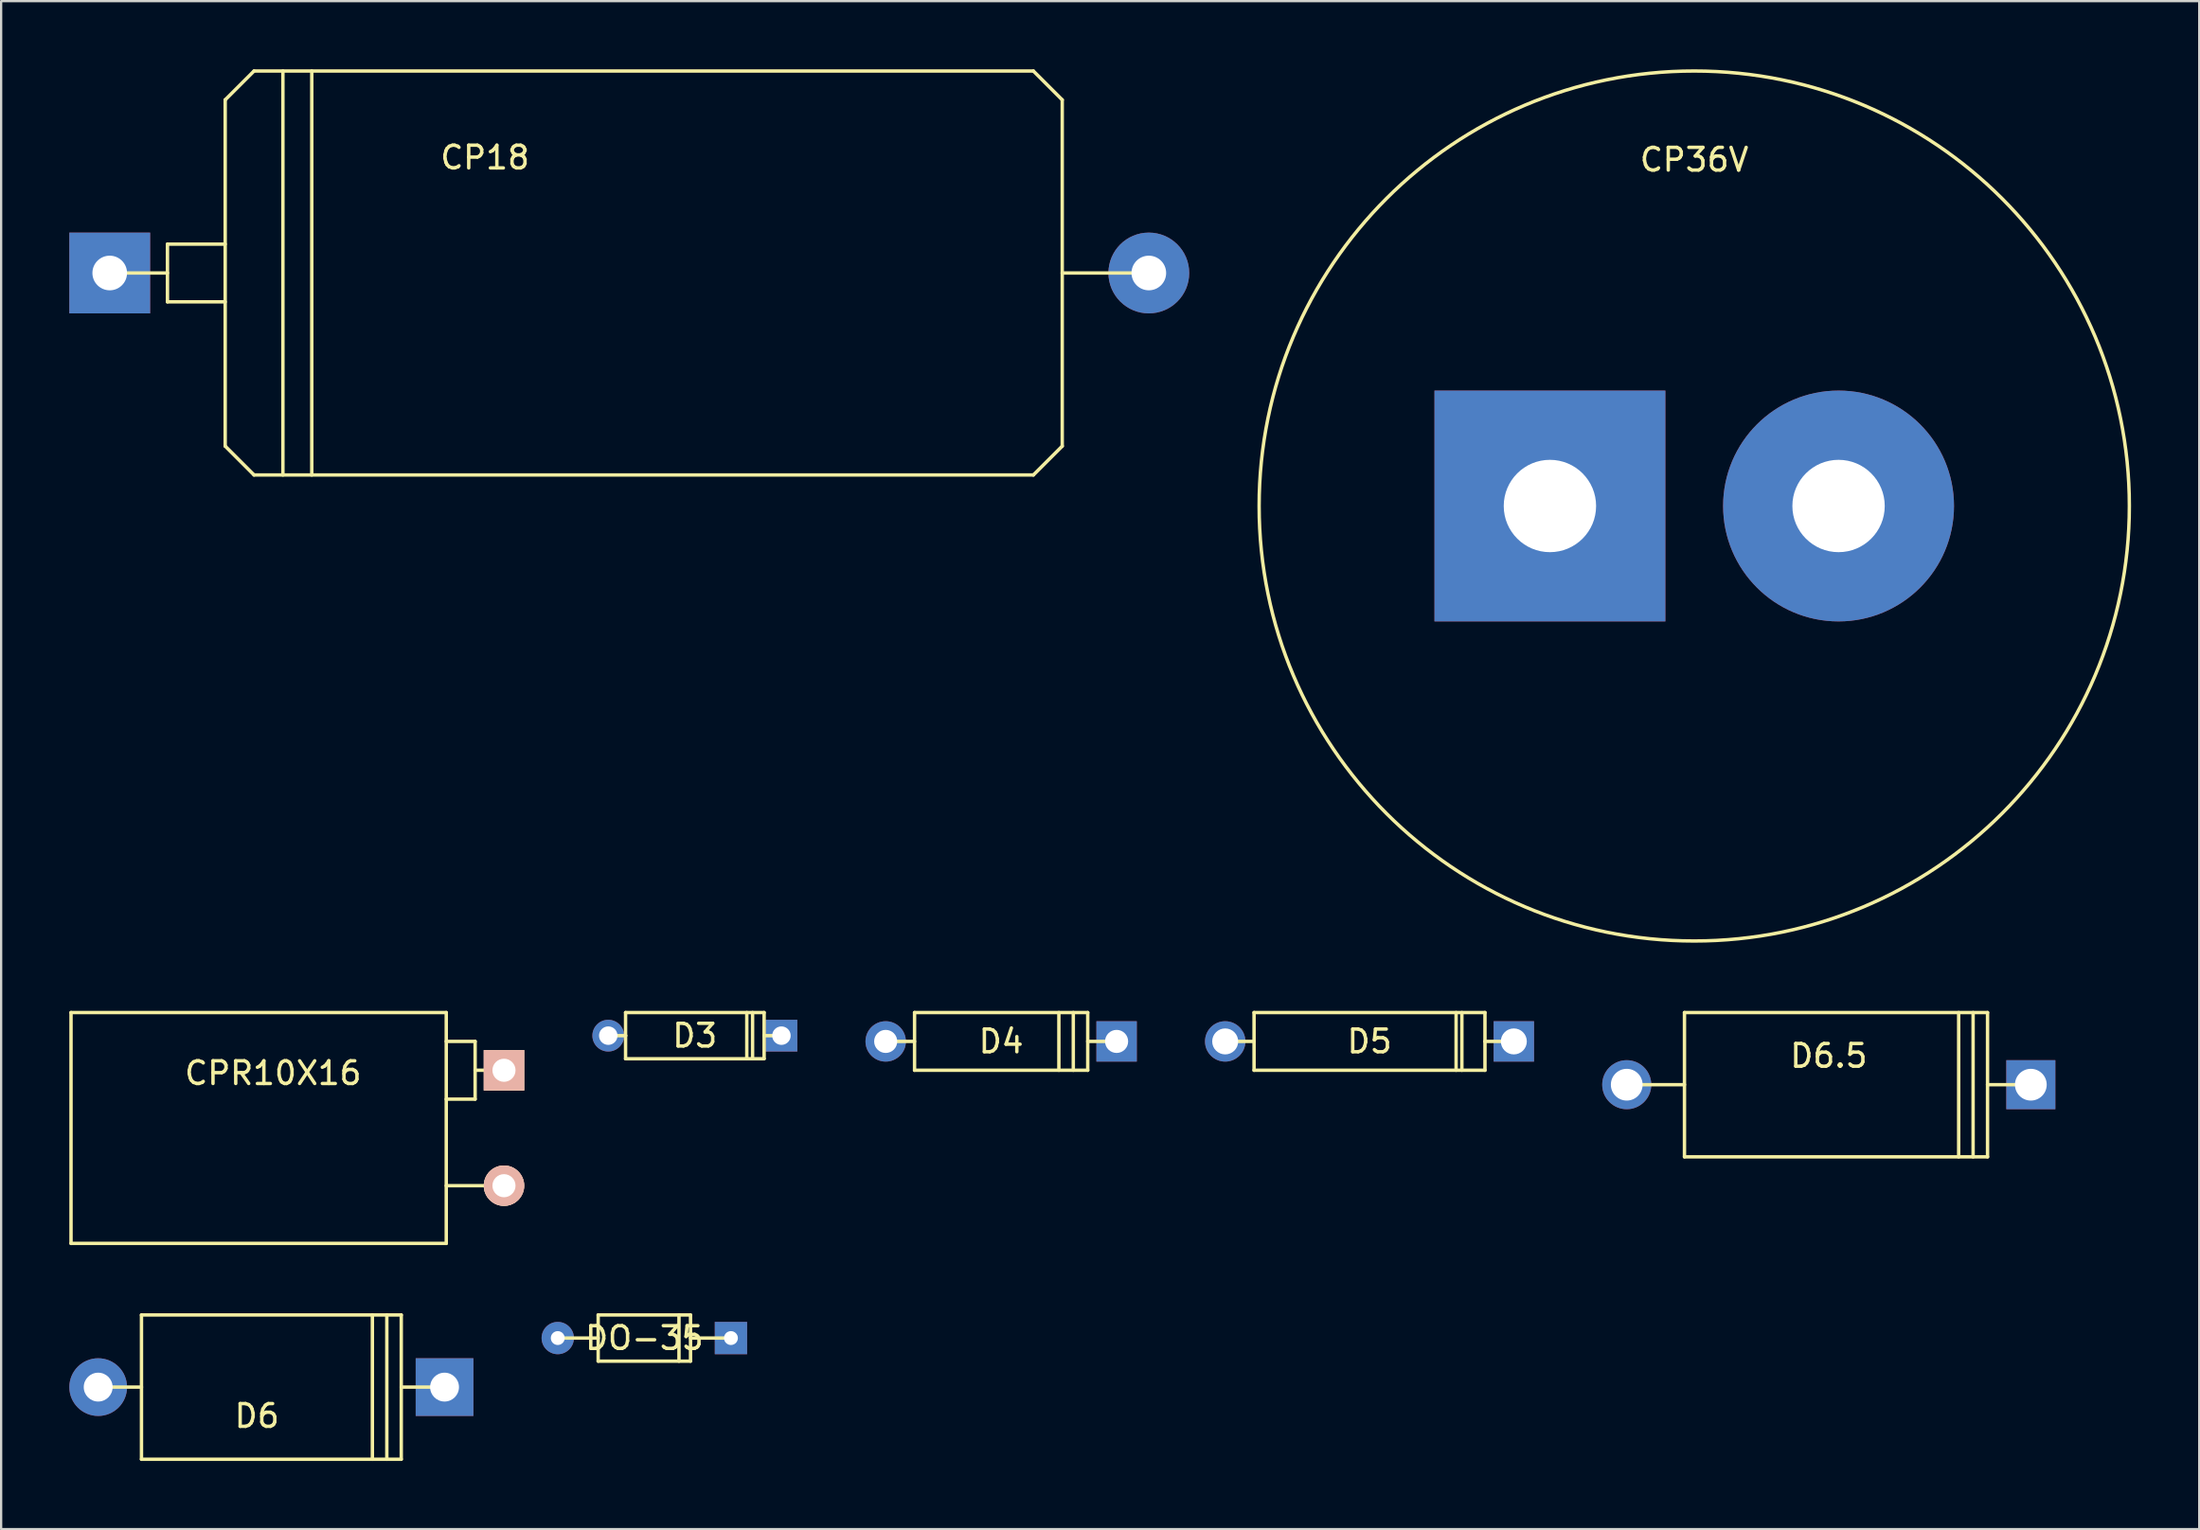
<source format=kicad_pcb>
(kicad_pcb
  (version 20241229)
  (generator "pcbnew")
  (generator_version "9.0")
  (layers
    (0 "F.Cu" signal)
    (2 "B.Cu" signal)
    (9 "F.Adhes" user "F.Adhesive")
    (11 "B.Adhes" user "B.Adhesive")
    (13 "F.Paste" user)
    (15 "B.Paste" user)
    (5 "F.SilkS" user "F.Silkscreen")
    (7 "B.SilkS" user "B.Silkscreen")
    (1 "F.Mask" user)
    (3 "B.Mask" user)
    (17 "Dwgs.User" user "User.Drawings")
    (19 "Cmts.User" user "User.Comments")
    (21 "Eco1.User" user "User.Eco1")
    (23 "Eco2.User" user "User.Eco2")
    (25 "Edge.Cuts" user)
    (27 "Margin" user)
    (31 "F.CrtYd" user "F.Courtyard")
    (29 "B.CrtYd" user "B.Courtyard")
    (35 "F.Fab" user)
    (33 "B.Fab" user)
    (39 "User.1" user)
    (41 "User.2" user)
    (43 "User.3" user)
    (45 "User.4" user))
  (footprint "DO-35"
    (layer "F.Cu")
    (at 25.301 55.841)
    (property "Reference" "DO-35" (at 0 0 0) (layer "F.SilkS") (effects (font (size 1 1) (thickness 0.15))))
    (attr through_hole)
    (fp_line (start -2.032 -1.016) (end -2.032 1.016) (stroke (width 0.15) (type solid)) (layer "F.SilkS"))
    (fp_line (start -2.032 0) (end -3.81 0) (stroke (width 0.15) (type solid)) (layer "F.SilkS"))
    (fp_line (start -2.032 1.016) (end 2.032 1.016) (stroke (width 0.15) (type solid)) (layer "F.SilkS"))
    (fp_line (start 1.524 -1.016) (end 1.524 1.016) (stroke (width 0.15) (type solid)) (layer "F.SilkS"))
    (fp_line (start 2.032 -1.016) (end -2.032 -1.016) (stroke (width 0.15) (type solid)) (layer "F.SilkS"))
    (fp_line (start 2.032 0) (end 3.81 0) (stroke (width 0.15) (type solid)) (layer "F.SilkS"))
    (fp_line (start 2.032 1.016) (end 2.032 -1.016) (stroke (width 0.15) (type solid)) (layer "F.SilkS"))
    (pad "1" thru_hole rect (at 3.81 0) (size 1.422 1.422) (drill 0.61) (layers "*.Cu" "*.Mask"))
    (pad "2" thru_hole circle (at -3.81 0) (size 1.422 1.422) (drill 0.61) (layers "*.Cu" "*.Mask")))
  (footprint "CP18"
    (layer "F.Cu")
    (at 24.638 8.965)
    (property "Reference" "CP18" (at -6.35 -5.08 0) (layer "F.SilkS") (effects (font (size 1 1) (thickness 0.15))))
    (attr through_hole)
    (fp_line (start -20.32 -1.27) (end -20.32 1.27) (stroke (width 0.15) (type solid)) (layer "F.SilkS"))
    (fp_line (start -20.32 0) (end -22.86 0) (stroke (width 0.15) (type solid)) (layer "F.SilkS"))
    (fp_line (start -20.32 1.27) (end -17.78 1.27) (stroke (width 0.15) (type solid)) (layer "F.SilkS"))
    (fp_line (start -17.78 -7.62) (end -17.78 7.62) (stroke (width 0.15) (type solid)) (layer "F.SilkS"))
    (fp_line (start -17.78 -7.62) (end -16.51 -8.89) (stroke (width 0.15) (type solid)) (layer "F.SilkS"))
    (fp_line (start -17.78 -1.27) (end -20.32 -1.27) (stroke (width 0.15) (type solid)) (layer "F.SilkS"))
    (fp_line (start -16.51 -8.89) (end 17.78 -8.89) (stroke (width 0.15) (type solid)) (layer "F.SilkS"))
    (fp_line (start -16.51 8.89) (end -17.78 7.62) (stroke (width 0.15) (type solid)) (layer "F.SilkS"))
    (fp_line (start -15.24 -8.89) (end -15.24 8.89) (stroke (width 0.15) (type solid)) (layer "F.SilkS"))
    (fp_line (start -13.97 -8.89) (end -13.97 8.89) (stroke (width 0.15) (type solid)) (layer "F.SilkS"))
    (fp_line (start 17.78 -8.89) (end 19.05 -7.62) (stroke (width 0.15) (type solid)) (layer "F.SilkS"))
    (fp_line (start 17.78 8.89) (end -16.51 8.89) (stroke (width 0.15) (type solid)) (layer "F.SilkS"))
    (fp_line (start 19.05 -7.62) (end 19.05 7.62) (stroke (width 0.15) (type solid)) (layer "F.SilkS"))
    (fp_line (start 19.05 0) (end 22.86 0) (stroke (width 0.15) (type solid)) (layer "F.SilkS"))
    (fp_line (start 19.05 7.62) (end 17.78 8.89) (stroke (width 0.15) (type solid)) (layer "F.SilkS"))
    (pad "1" thru_hole rect (at -22.86 0) (size 3.556 3.556) (drill 1.524) (layers "*.Cu" "*.Mask"))
    (pad "2" thru_hole circle (at 22.86 0) (size 3.556 3.556) (drill 1.524) (layers "*.Cu" "*.Mask")))
  (footprint "D5"
    (layer "F.Cu")
    (at 57.208 42.785)
    (property "Reference" "D5" (at 0 0 0) (layer "F.SilkS") (effects (font (size 1 1) (thickness 0.15))))
    (attr through_hole)
    (fp_line (start -5.08 -1.27) (end -5.08 0) (stroke (width 0.15) (type solid)) (layer "F.SilkS"))
    (fp_line (start -5.08 0) (end -6.35 0) (stroke (width 0.15) (type solid)) (layer "F.SilkS"))
    (fp_line (start -5.08 0) (end -5.08 1.27) (stroke (width 0.15) (type solid)) (layer "F.SilkS"))
    (fp_line (start -5.08 1.27) (end 5.08 1.27) (stroke (width 0.15) (type solid)) (layer "F.SilkS"))
    (fp_line (start 3.81 -1.27) (end 3.81 1.27) (stroke (width 0.15) (type solid)) (layer "F.SilkS"))
    (fp_line (start 4.064 -1.27) (end 4.064 1.27) (stroke (width 0.15) (type solid)) (layer "F.SilkS"))
    (fp_line (start 5.08 -1.27) (end -5.08 -1.27) (stroke (width 0.15) (type solid)) (layer "F.SilkS"))
    (fp_line (start 5.08 0) (end 5.08 -1.27) (stroke (width 0.15) (type solid)) (layer "F.SilkS"))
    (fp_line (start 5.08 1.27) (end 5.08 0) (stroke (width 0.15) (type solid)) (layer "F.SilkS"))
    (fp_line (start 6.35 0) (end 5.08 0) (stroke (width 0.15) (type solid)) (layer "F.SilkS"))
    (pad "1" thru_hole rect (at 6.35 0) (size 1.778 1.778) (drill 1.143) (layers "*.Cu" "*.Mask"))
    (pad "2" thru_hole circle (at -6.35 0) (size 1.778 1.778) (drill 1.143) (layers "*.Cu" "*.Mask")))
  (footprint "CP36V"
    (layer "F.Cu")
    (at 71.496 19.22)
    (property "Reference" "CP36V" (at 0 -15.24 0) (layer "F.SilkS") (effects (font (size 1 1) (thickness 0.15))))
    (attr through_hole)
    (fp_circle (center 0 0) (end 19.05 1.905) (stroke (width 0.15) (type solid)) (fill no) (layer "F.SilkS"))
    (pad "1" thru_hole rect (at -6.35 0) (size 10.16 10.16) (drill 4.064) (layers "*.Cu" "*.Mask"))
    (pad "2" thru_hole circle (at 6.35 0) (size 10.16 10.16) (drill 4.064) (layers "*.Cu" "*.Mask")))
  (footprint "D6"
    (layer "F.Cu")
    (at 8.89 58)
    (property "Reference" "D6" (at -0.635 1.27 0) (layer "F.SilkS") (effects (font (size 1 1) (thickness 0.15))))
    (attr through_hole)
    (fp_line (start -5.715 -3.175) (end -5.715 3.175) (stroke (width 0.15) (type solid)) (layer "F.SilkS"))
    (fp_line (start -5.715 0) (end -7.62 0) (stroke (width 0.15) (type solid)) (layer "F.SilkS"))
    (fp_line (start -5.715 3.175) (end 5.715 3.175) (stroke (width 0.15) (type solid)) (layer "F.SilkS"))
    (fp_line (start 4.445 3.175) (end 4.445 -3.175) (stroke (width 0.15) (type solid)) (layer "F.SilkS"))
    (fp_line (start 5.08 -3.175) (end 5.08 3.175) (stroke (width 0.15) (type solid)) (layer "F.SilkS"))
    (fp_line (start 5.715 -3.175) (end -5.715 -3.175) (stroke (width 0.15) (type solid)) (layer "F.SilkS"))
    (fp_line (start 5.715 0) (end 7.62 0) (stroke (width 0.15) (type solid)) (layer "F.SilkS"))
    (fp_line (start 5.715 3.175) (end 5.715 -3.175) (stroke (width 0.15) (type solid)) (layer "F.SilkS"))
    (pad "1" thru_hole rect (at 7.62 0) (size 2.54 2.54) (drill 1.27) (layers "*.Cu" "*.Mask"))
    (pad "2" thru_hole circle (at -7.62 0) (size 2.54 2.54) (drill 1.27) (layers "*.Cu" "*.Mask")))
  (footprint "D4"
    (layer "F.Cu")
    (at 41 42.785)
    (property "Reference" "D4" (at 0 0 0) (layer "F.SilkS") (effects (font (size 1 1) (thickness 0.15))))
    (attr through_hole)
    (fp_line (start -3.81 -1.27) (end 3.81 -1.27) (stroke (width 0.15) (type solid)) (layer "F.SilkS"))
    (fp_line (start -3.81 0) (end -5.08 0) (stroke (width 0.15) (type solid)) (layer "F.SilkS"))
    (fp_line (start -3.81 1.27) (end -3.81 -1.27) (stroke (width 0.15) (type solid)) (layer "F.SilkS"))
    (fp_line (start 2.54 1.27) (end 2.54 -1.27) (stroke (width 0.15) (type solid)) (layer "F.SilkS"))
    (fp_line (start 3.175 -1.27) (end 3.175 1.27) (stroke (width 0.15) (type solid)) (layer "F.SilkS"))
    (fp_line (start 3.81 -1.27) (end 3.81 1.27) (stroke (width 0.15) (type solid)) (layer "F.SilkS"))
    (fp_line (start 3.81 0) (end 5.08 0) (stroke (width 0.15) (type solid)) (layer "F.SilkS"))
    (fp_line (start 3.81 1.27) (end -3.81 1.27) (stroke (width 0.15) (type solid)) (layer "F.SilkS"))
    (pad "1" thru_hole rect (at 5.08 0) (size 1.778 1.778) (drill 1.016) (layers "*.Cu" "*.Mask"))
    (pad "2" thru_hole circle (at -5.08 0) (size 1.778 1.778) (drill 1.016) (layers "*.Cu" "*.Mask")))
  (footprint "D6.5"
    (layer "F.Cu")
    (at 77.416 44.69)
    (property "Reference" "D6.5" (at 0 -1.27 0) (layer "F.SilkS") (effects (font (size 1 1) (thickness 0.15))))
    (attr through_hole)
    (fp_line (start -8.89 0) (end -6.35 0) (stroke (width 0.15) (type solid)) (layer "F.SilkS"))
    (fp_line (start -6.35 -3.175) (end 6.985 -3.175) (stroke (width 0.15) (type solid)) (layer "F.SilkS"))
    (fp_line (start -6.35 3.175) (end -6.35 -3.175) (stroke (width 0.15) (type solid)) (layer "F.SilkS"))
    (fp_line (start 5.715 3.175) (end 5.715 -3.175) (stroke (width 0.15) (type solid)) (layer "F.SilkS"))
    (fp_line (start 6.35 -3.175) (end 6.35 3.175) (stroke (width 0.15) (type solid)) (layer "F.SilkS"))
    (fp_line (start 6.985 0) (end 8.89 0) (stroke (width 0.15) (type solid)) (layer "F.SilkS"))
    (fp_line (start 6.985 3.175) (end -6.35 3.175) (stroke (width 0.15) (type solid)) (layer "F.SilkS"))
    (fp_line (start 6.985 3.175) (end 6.985 -3.175) (stroke (width 0.15) (type solid)) (layer "F.SilkS"))
    (pad "1" thru_hole rect (at 8.89 0) (size 2.159 2.159) (drill 1.397) (layers "*.Cu" "*.Mask"))
    (pad "2" thru_hole circle (at -8.89 0) (size 2.159 2.159) (drill 1.397) (layers "*.Cu" "*.Mask")))
  (footprint "CPR10X16"
    (layer "F.Cu")
    (at 19.125 46.722)
    (property "Reference" "CPR10X16" (at -10.16 -2.54 0) (layer "F.SilkS") (effects (font (size 1 1) (thickness 0.15))))
    (attr through_hole)
    (fp_line (start -19.05 -5.207) (end -19.05 4.953) (stroke (width 0.15) (type solid)) (layer "F.SilkS"))
    (fp_line (start -19.05 4.953) (end -2.54 4.953) (stroke (width 0.15) (type solid)) (layer "F.SilkS"))
    (fp_line (start -2.54 -5.207) (end -19.05 -5.207) (stroke (width 0.15) (type solid)) (layer "F.SilkS"))
    (fp_line (start -2.54 -3.937) (end -1.27 -3.937) (stroke (width 0.15) (type solid)) (layer "F.SilkS"))
    (fp_line (start -2.54 2.413) (end 0 2.413) (stroke (width 0.15) (type solid)) (layer "F.SilkS"))
    (fp_line (start -2.54 4.953) (end -2.54 -5.207) (stroke (width 0.15) (type solid)) (layer "F.SilkS"))
    (fp_line (start -1.27 -3.937) (end -1.27 -1.397) (stroke (width 0.15) (type solid)) (layer "F.SilkS"))
    (fp_line (start -1.27 -2.667) (end 0 -2.667) (stroke (width 0.15) (type solid)) (layer "F.SilkS"))
    (fp_line (start -1.27 -1.397) (end -2.54 -1.397) (stroke (width 0.15) (type solid)) (layer "F.SilkS"))
    (pad "1" thru_hole rect (at 0 -2.667) (size 1.778 1.778) (drill 1.016) (layers "*.Cu" "*.SilkS" "*.Mask"))
    (pad "2" thru_hole circle (at 0 2.413) (size 1.778 1.778) (drill 1.016) (layers "*.Cu" "*.SilkS" "*.Mask")))
  (footprint "D3"
    (layer "F.Cu")
    (at 27.523 42.531)
    (property "Reference" "D3" (at 0 0 0) (layer "F.SilkS") (effects (font (size 1 1) (thickness 0.15))))
    (attr through_hole)
    (fp_line (start -3.048 -1.016) (end -3.048 0) (stroke (width 0.15) (type solid)) (layer "F.SilkS"))
    (fp_line (start -3.048 0) (end -3.81 0) (stroke (width 0.15) (type solid)) (layer "F.SilkS"))
    (fp_line (start -3.048 0) (end -3.048 1.016) (stroke (width 0.15) (type solid)) (layer "F.SilkS"))
    (fp_line (start -3.048 1.016) (end 3.048 1.016) (stroke (width 0.15) (type solid)) (layer "F.SilkS"))
    (fp_line (start 2.286 1.016) (end 2.286 -1.016) (stroke (width 0.15) (type solid)) (layer "F.SilkS"))
    (fp_line (start 2.54 -1.016) (end 2.54 1.016) (stroke (width 0.15) (type solid)) (layer "F.SilkS"))
    (fp_line (start 3.048 -1.016) (end -3.048 -1.016) (stroke (width 0.15) (type solid)) (layer "F.SilkS"))
    (fp_line (start 3.048 0) (end 3.048 -1.016) (stroke (width 0.15) (type solid)) (layer "F.SilkS"))
    (fp_line (start 3.048 1.016) (end 3.048 0) (stroke (width 0.15) (type solid)) (layer "F.SilkS"))
    (fp_line (start 3.81 0) (end 3.048 0) (stroke (width 0.15) (type solid)) (layer "F.SilkS"))
    (pad "1" thru_hole rect (at 3.81 0) (size 1.397 1.397) (drill 0.813) (layers "*.Cu" "*.Mask"))
    (pad "2" thru_hole circle (at -3.81 0) (size 1.397 1.397) (drill 0.813) (layers "*.Cu" "*.Mask")))
  (gr_rect
    (start -3 -3)
    (end 93.716 64.25)
    (stroke (width 0.1) (type default))
    (fill no)
    (layer "Edge.Cuts")))
</source>
